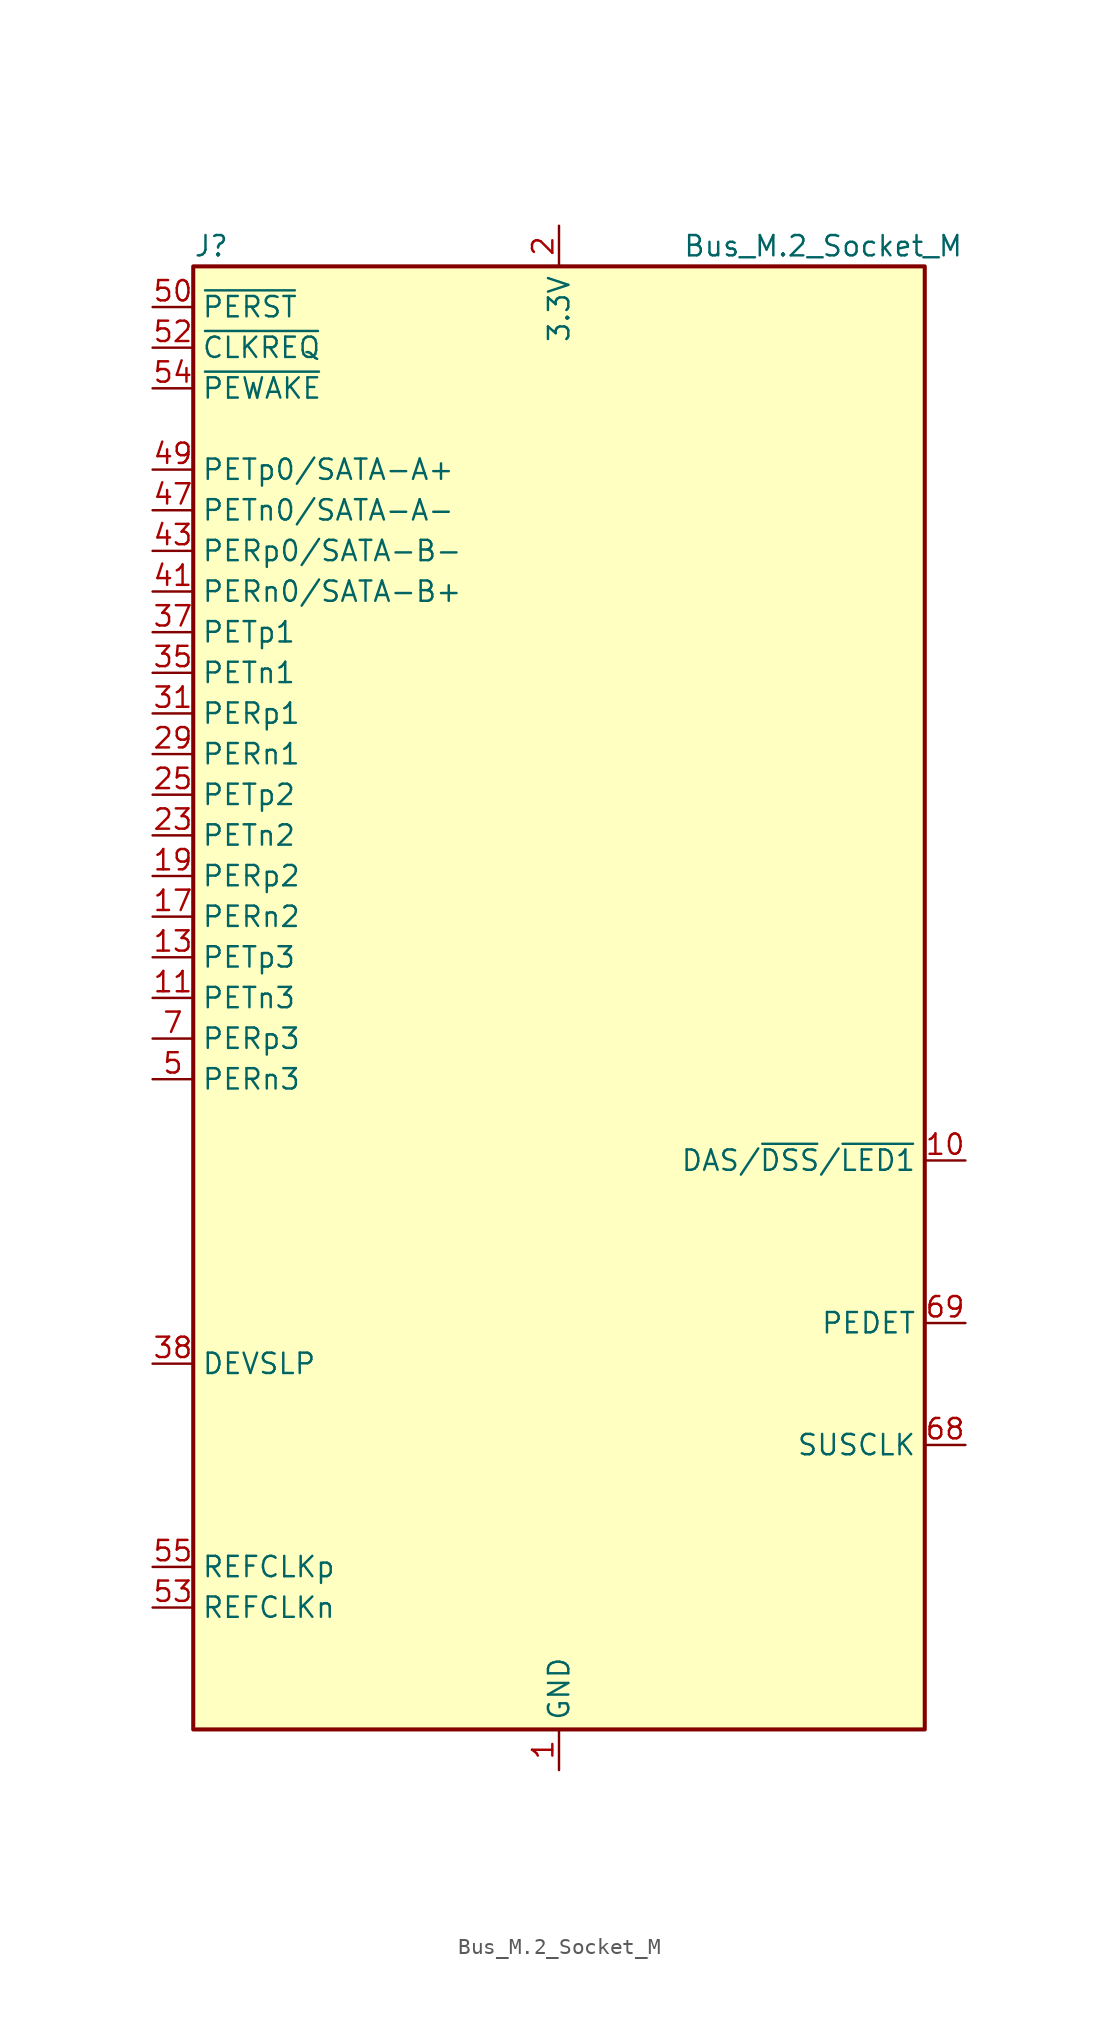
<source format=kicad_sym>
(kicad_symbol_lib
  (version 20241209)
  (generator "kicad_symbol_editor")
  (generator_version "9.0")
  (symbol "Bus_M.2_Socket_M"
    (property "Reference" "J"
      (at -22.86 46.99 0)
      (effects (font (size 1.27 1.27)) (justify left)))
    (property "Value" "Bus_M.2_Socket_M"
      (at 16.51 46.99 0)
      (effects (font (size 1.27 1.27))))
    (symbol "Bus_M.2_Socket_M_0_1"
      (rectangle (start -22.86 45.72) (end 22.86 -45.72) (stroke (width 0.254) (type default)) (fill (type background))))
    (symbol "Bus_M.2_Socket_M_1_1"
      (pin output line (at -25.4 43.18 0) (length 2.54) (name "~{PERST}" (effects (font (size 1.27 1.27)))) (number "50" (effects (font (size 1.27 1.27)))))
      (pin bidirectional line (at -25.4 40.64 0) (length 2.54) (name "~{CLKREQ}" (effects (font (size 1.27 1.27)))) (number "52" (effects (font (size 1.27 1.27)))))
      (pin bidirectional line (at -25.4 38.1 0) (length 2.54) (name "~{PEWAKE}" (effects (font (size 1.27 1.27)))) (number "54" (effects (font (size 1.27 1.27)))))
      (pin output line (at -25.4 33.02 0) (length 2.54) (name "PETp0/SATA-A+" (effects (font (size 1.27 1.27)))) (number "49" (effects (font (size 1.27 1.27)))))
      (pin output line (at -25.4 30.48 0) (length 2.54) (name "PETn0/SATA-A-" (effects (font (size 1.27 1.27)))) (number "47" (effects (font (size 1.27 1.27)))))
      (pin input line (at -25.4 27.94 0) (length 2.54) (name "PERp0/SATA-B-" (effects (font (size 1.27 1.27)))) (number "43" (effects (font (size 1.27 1.27)))))
      (pin input line (at -25.4 25.4 0) (length 2.54) (name "PERn0/SATA-B+" (effects (font (size 1.27 1.27)))) (number "41" (effects (font (size 1.27 1.27)))))
      (pin output line (at -25.4 22.86 0) (length 2.54) (name "PETp1" (effects (font (size 1.27 1.27)))) (number "37" (effects (font (size 1.27 1.27)))))
      (pin output line (at -25.4 20.32 0) (length 2.54) (name "PETn1" (effects (font (size 1.27 1.27)))) (number "35" (effects (font (size 1.27 1.27)))))
      (pin input line (at -25.4 17.78 0) (length 2.54) (name "PERp1" (effects (font (size 1.27 1.27)))) (number "31" (effects (font (size 1.27 1.27)))))
      (pin input line (at -25.4 15.24 0) (length 2.54) (name "PERn1" (effects (font (size 1.27 1.27)))) (number "29" (effects (font (size 1.27 1.27)))))
      (pin output line (at -25.4 12.7 0) (length 2.54) (name "PETp2" (effects (font (size 1.27 1.27)))) (number "25" (effects (font (size 1.27 1.27)))))
      (pin output line (at -25.4 10.16 0) (length 2.54) (name "PETn2" (effects (font (size 1.27 1.27)))) (number "23" (effects (font (size 1.27 1.27)))))
      (pin input line (at -25.4 7.62 0) (length 2.54) (name "PERp2" (effects (font (size 1.27 1.27)))) (number "19" (effects (font (size 1.27 1.27)))))
      (pin input line (at -25.4 5.08 0) (length 2.54) (name "PERn2" (effects (font (size 1.27 1.27)))) (number "17" (effects (font (size 1.27 1.27)))))
      (pin output line (at -25.4 2.54 0) (length 2.54) (name "PETp3" (effects (font (size 1.27 1.27)))) (number "13" (effects (font (size 1.27 1.27)))))
      (pin output line (at -25.4 0 0) (length 2.54) (name "PETn3" (effects (font (size 1.27 1.27)))) (number "11" (effects (font (size 1.27 1.27)))))
      (pin input line (at -25.4 -2.54 0) (length 2.54) (name "PERp3" (effects (font (size 1.27 1.27)))) (number "7" (effects (font (size 1.27 1.27)))))
      (pin input line (at -25.4 -5.08 0) (length 2.54) (name "PERn3" (effects (font (size 1.27 1.27)))) (number "5" (effects (font (size 1.27 1.27)))))
      (pin output line (at -25.4 -22.86 0) (length 2.54) (name "DEVSLP" (effects (font (size 1.27 1.27)))) (number "38" (effects (font (size 1.27 1.27)))))
      (pin output line (at -25.4 -35.56 0) (length 2.54) (name "REFCLKp" (effects (font (size 1.27 1.27)))) (number "55" (effects (font (size 1.27 1.27)))))
      (pin output line (at -25.4 -38.1 0) (length 2.54) (name "REFCLKn" (effects (font (size 1.27 1.27)))) (number "53" (effects (font (size 1.27 1.27)))))
      (pin passive line (at 0 48.26 270) (length 2.54) (hide yes) (name "3.3V" (effects (font (size 1.27 1.27)))) (number "12" (effects (font (size 1.27 1.27)))))
      (pin passive line (at 0 48.26 270) (length 2.54) (hide yes) (name "3.3V" (effects (font (size 1.27 1.27)))) (number "14" (effects (font (size 1.27 1.27)))))
      (pin passive line (at 0 48.26 270) (length 2.54) (hide yes) (name "3.3V" (effects (font (size 1.27 1.27)))) (number "16" (effects (font (size 1.27 1.27)))))
      (pin passive line (at 0 48.26 270) (length 2.54) (hide yes) (name "3.3V" (effects (font (size 1.27 1.27)))) (number "18" (effects (font (size 1.27 1.27)))))
      (pin power_in line (at 0 48.26 270) (length 2.54) (name "3.3V" (effects (font (size 1.27 1.27)))) (number "2" (effects (font (size 1.27 1.27)))))
      (pin passive line (at 0 48.26 270) (length 2.54) (hide yes) (name "3.3V" (effects (font (size 1.27 1.27)))) (number "4" (effects (font (size 1.27 1.27)))))
      (pin passive line (at 0 48.26 270) (length 2.54) (hide yes) (name "3.3V" (effects (font (size 1.27 1.27)))) (number "70" (effects (font (size 1.27 1.27)))))
      (pin passive line (at 0 48.26 270) (length 2.54) (hide yes) (name "3.3V" (effects (font (size 1.27 1.27)))) (number "72" (effects (font (size 1.27 1.27)))))
      (pin passive line (at 0 48.26 270) (length 2.54) (hide yes) (name "3.3V" (effects (font (size 1.27 1.27)))) (number "74" (effects (font (size 1.27 1.27)))))
      (pin power_in line (at 0 -48.26 90) (length 2.54) (name "GND" (effects (font (size 1.27 1.27)))) (number "1" (effects (font (size 1.27 1.27)))))
      (pin passive line (at 0 -48.26 90) (length 2.54) (hide yes) (name "GND" (effects (font (size 1.27 1.27)))) (number "15" (effects (font (size 1.27 1.27)))))
      (pin passive line (at 0 -48.26 90) (length 2.54) (hide yes) (name "GND" (effects (font (size 1.27 1.27)))) (number "21" (effects (font (size 1.27 1.27)))))
      (pin passive line (at 0 -48.26 90) (length 2.54) (hide yes) (name "GND" (effects (font (size 1.27 1.27)))) (number "27" (effects (font (size 1.27 1.27)))))
      (pin passive line (at 0 -48.26 90) (length 2.54) (hide yes) (name "GND" (effects (font (size 1.27 1.27)))) (number "3" (effects (font (size 1.27 1.27)))))
      (pin passive line (at 0 -48.26 90) (length 2.54) (hide yes) (name "GND" (effects (font (size 1.27 1.27)))) (number "33" (effects (font (size 1.27 1.27)))))
      (pin passive line (at 0 -48.26 90) (length 2.54) (hide yes) (name "GND" (effects (font (size 1.27 1.27)))) (number "39" (effects (font (size 1.27 1.27)))))
      (pin passive line (at 0 -48.26 90) (length 2.54) (hide yes) (name "GND" (effects (font (size 1.27 1.27)))) (number "45" (effects (font (size 1.27 1.27)))))
      (pin passive line (at 0 -48.26 90) (length 2.54) (hide yes) (name "GND" (effects (font (size 1.27 1.27)))) (number "51" (effects (font (size 1.27 1.27)))))
      (pin passive line (at 0 -48.26 90) (length 2.54) (hide yes) (name "GND" (effects (font (size 1.27 1.27)))) (number "57" (effects (font (size 1.27 1.27)))))
      (pin passive line (at 0 -48.26 90) (length 2.54) (hide yes) (name "GND" (effects (font (size 1.27 1.27)))) (number "71" (effects (font (size 1.27 1.27)))))
      (pin passive line (at 0 -48.26 90) (length 2.54) (hide yes) (name "GND" (effects (font (size 1.27 1.27)))) (number "73" (effects (font (size 1.27 1.27)))))
      (pin passive line (at 0 -48.26 90) (length 2.54) (hide yes) (name "GND" (effects (font (size 1.27 1.27)))) (number "75" (effects (font (size 1.27 1.27)))))
      (pin passive line (at 0 -48.26 90) (length 2.54) (hide yes) (name "GND" (effects (font (size 1.27 1.27)))) (number "9" (effects (font (size 1.27 1.27)))))
      (pin no_connect line (at 22.86 40.64 180) (length 2.54) (hide yes) (name "NC" (effects (font (size 1.27 1.27)))) (number "58" (effects (font (size 1.27 1.27)))))
      (pin no_connect line (at 22.86 38.1 180) (length 2.54) (hide yes) (name "NC" (effects (font (size 1.27 1.27)))) (number "56" (effects (font (size 1.27 1.27)))))
      (pin no_connect line (at 22.86 35.56 180) (length 2.54) (hide yes) (name "NC" (effects (font (size 1.27 1.27)))) (number "48" (effects (font (size 1.27 1.27)))))
      (pin no_connect line (at 22.86 33.02 180) (length 2.54) (hide yes) (name "NC" (effects (font (size 1.27 1.27)))) (number "46" (effects (font (size 1.27 1.27)))))
      (pin no_connect line (at 22.86 30.48 180) (length 2.54) (hide yes) (name "NC" (effects (font (size 1.27 1.27)))) (number "44" (effects (font (size 1.27 1.27)))))
      (pin no_connect line (at 22.86 27.94 180) (length 2.54) (hide yes) (name "NC" (effects (font (size 1.27 1.27)))) (number "42" (effects (font (size 1.27 1.27)))))
      (pin no_connect line (at 22.86 25.4 180) (length 2.54) (hide yes) (name "NC" (effects (font (size 1.27 1.27)))) (number "40" (effects (font (size 1.27 1.27)))))
      (pin no_connect line (at 22.86 22.86 180) (length 2.54) (hide yes) (name "NC" (effects (font (size 1.27 1.27)))) (number "36" (effects (font (size 1.27 1.27)))))
      (pin no_connect line (at 22.86 20.32 180) (length 2.54) (hide yes) (name "NC" (effects (font (size 1.27 1.27)))) (number "34" (effects (font (size 1.27 1.27)))))
      (pin no_connect line (at 22.86 17.78 180) (length 2.54) (hide yes) (name "NC" (effects (font (size 1.27 1.27)))) (number "32" (effects (font (size 1.27 1.27)))))
      (pin no_connect line (at 22.86 15.24 180) (length 2.54) (hide yes) (name "NC" (effects (font (size 1.27 1.27)))) (number "30" (effects (font (size 1.27 1.27)))))
      (pin no_connect line (at 22.86 12.7 180) (length 2.54) (hide yes) (name "NC" (effects (font (size 1.27 1.27)))) (number "28" (effects (font (size 1.27 1.27)))))
      (pin no_connect line (at 22.86 10.16 180) (length 2.54) (hide yes) (name "NC" (effects (font (size 1.27 1.27)))) (number "26" (effects (font (size 1.27 1.27)))))
      (pin no_connect line (at 22.86 7.62 180) (length 2.54) (hide yes) (name "NC" (effects (font (size 1.27 1.27)))) (number "24" (effects (font (size 1.27 1.27)))))
      (pin no_connect line (at 22.86 5.08 180) (length 2.54) (hide yes) (name "NC" (effects (font (size 1.27 1.27)))) (number "22" (effects (font (size 1.27 1.27)))))
      (pin no_connect line (at 22.86 2.54 180) (length 2.54) (hide yes) (name "NC" (effects (font (size 1.27 1.27)))) (number "20" (effects (font (size 1.27 1.27)))))
      (pin no_connect line (at 22.86 0 180) (length 2.54) (hide yes) (name "NC" (effects (font (size 1.27 1.27)))) (number "8" (effects (font (size 1.27 1.27)))))
      (pin no_connect line (at 22.86 -2.54 180) (length 2.54) (hide yes) (name "NC" (effects (font (size 1.27 1.27)))) (number "6" (effects (font (size 1.27 1.27)))))
      (pin no_connect line (at 22.86 -5.08 180) (length 2.54) (hide yes) (name "NC" (effects (font (size 1.27 1.27)))) (number "67" (effects (font (size 1.27 1.27)))))
      (pin bidirectional line (at 25.4 -10.16 180) (length 2.54) (name "DAS/~{DSS}/~{LED1}" (effects (font (size 1.27 1.27)))) (number "10" (effects (font (size 1.27 1.27)))))
      (pin passive line (at 25.4 -20.32 180) (length 2.54) (name "PEDET" (effects (font (size 1.27 1.27)))) (number "69" (effects (font (size 1.27 1.27)))))
      (pin output line (at 25.4 -27.94 180) (length 2.54) (name "SUSCLK" (effects (font (size 1.27 1.27)))) (number "68" (effects (font (size 1.27 1.27))))))))
</source>
